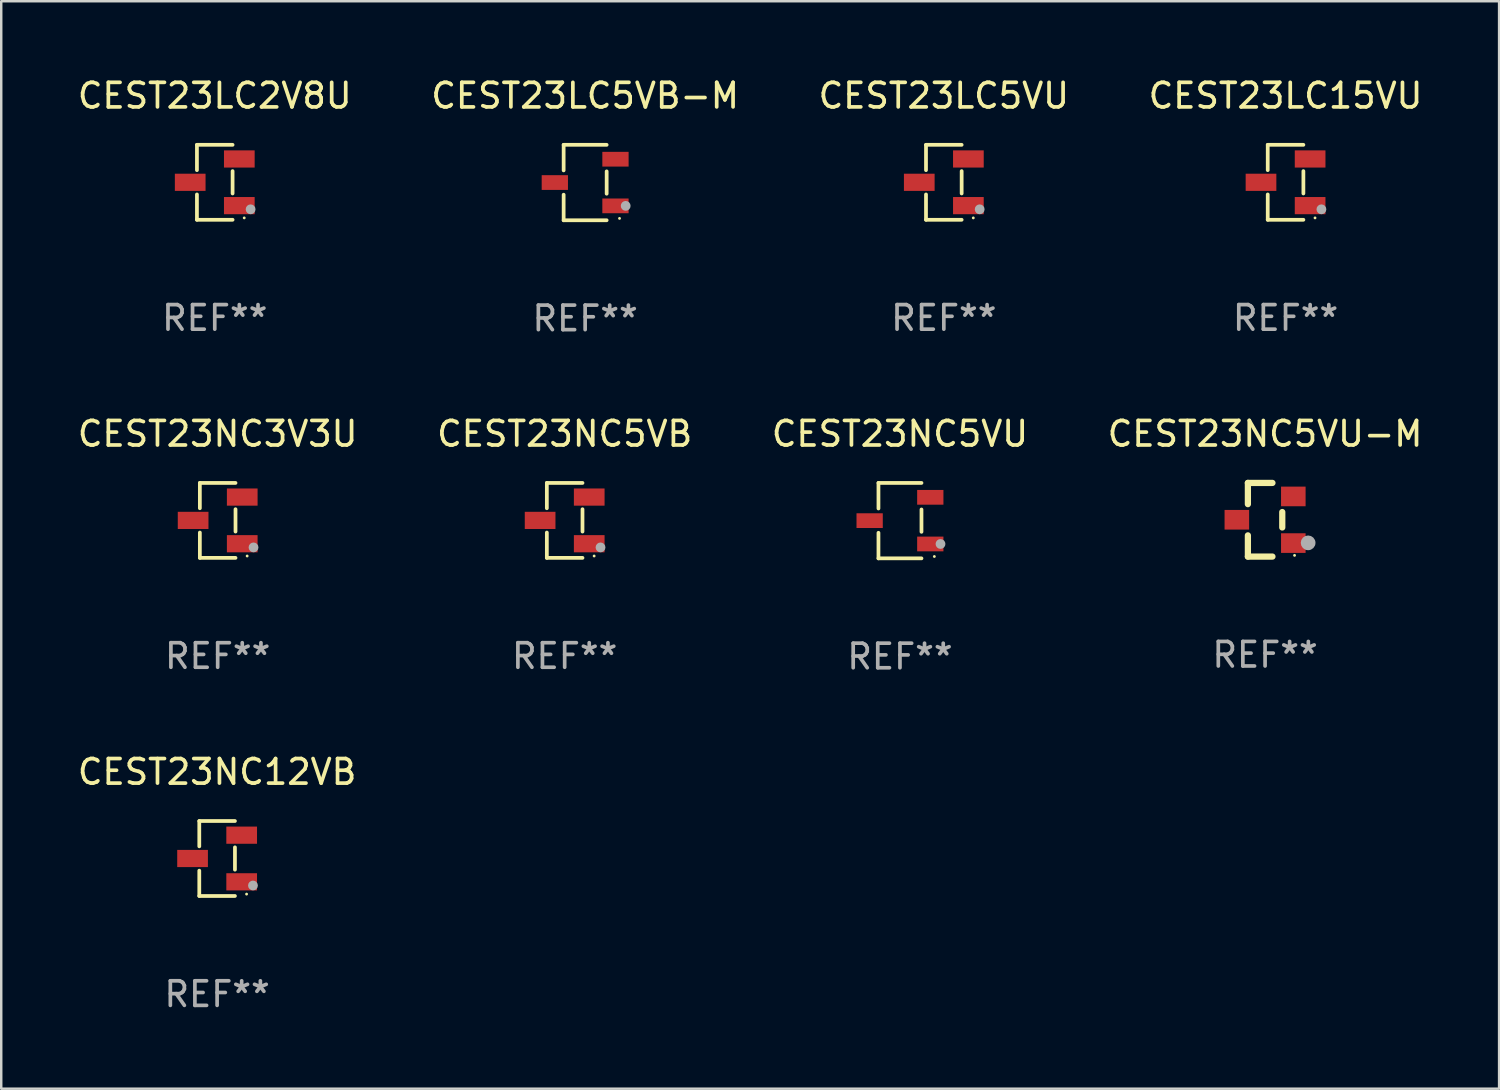
<source format=kicad_pcb>
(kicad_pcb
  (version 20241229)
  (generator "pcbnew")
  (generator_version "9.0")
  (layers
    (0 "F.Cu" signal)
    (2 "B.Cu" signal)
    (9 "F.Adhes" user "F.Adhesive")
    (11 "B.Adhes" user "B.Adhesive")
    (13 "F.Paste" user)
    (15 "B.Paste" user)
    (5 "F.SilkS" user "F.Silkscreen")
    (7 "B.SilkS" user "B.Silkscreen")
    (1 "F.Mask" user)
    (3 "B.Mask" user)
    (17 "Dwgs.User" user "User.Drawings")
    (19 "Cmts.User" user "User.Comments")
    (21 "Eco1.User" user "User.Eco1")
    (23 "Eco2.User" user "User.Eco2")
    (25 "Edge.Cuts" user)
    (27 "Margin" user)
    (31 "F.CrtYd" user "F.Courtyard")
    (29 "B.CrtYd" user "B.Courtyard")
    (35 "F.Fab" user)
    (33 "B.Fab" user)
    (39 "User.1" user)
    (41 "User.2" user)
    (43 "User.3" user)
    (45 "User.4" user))
  (footprint "CEST23NC12VB"
    (layer "F.Cu")
    (at 5.792 31.912)
    (property "Reference" "CEST23NC12VB" (at 0 -3.526 0) (layer "F.SilkS") (effects (font (size 1 1) (thickness 0.15))))
    (attr through_hole)
    (fp_line (start -0.726 -1.526) (end -0.726 -0.495) (stroke (width 0.152) (type solid)) (layer "F.SilkS"))
    (fp_line (start -0.726 1.526) (end -0.726 0.495) (stroke (width 0.152) (type solid)) (layer "F.SilkS"))
    (fp_line (start 0.726 -1.526) (end -0.726 -1.526) (stroke (width 0.152) (type solid)) (layer "F.SilkS"))
    (fp_line (start 0.726 -0.455) (end 0.726 0.455) (stroke (width 0.152) (type solid)) (layer "F.SilkS"))
    (fp_line (start 0.726 1.526) (end -0.726 1.526) (stroke (width 0.152) (type solid)) (layer "F.SilkS"))
    (fp_circle (center 1.2 1.45) (end 1.23 1.45) (stroke (width 0.06) (type solid)) (fill no) (layer "F.SilkS"))
    (fp_circle (center 1.46 1.1) (end 1.56 1.1) (stroke (width 0.2) (type solid)) (fill no) (layer "F.Fab"))
    (fp_text user "REF**" (at 0 5.526 0) (layer "F.Fab") (effects (font (size 1 1) (thickness 0.15))))
    (pad "1" smd rect (at 1 0.95) (size 1.25 0.7) (layers "F.Cu" "F.Mask" "F.Paste"))
    (pad "2" smd rect (at 1 -0.95) (size 1.25 0.7) (layers "F.Cu" "F.Mask" "F.Paste"))
    (pad "3" smd rect (at -1 0) (size 1.25 0.7) (layers "F.Cu" "F.Mask" "F.Paste")))
  (footprint "CEST23LC15VU"
    (layer "F.Cu")
    (at 49.304 4.374)
    (property "Reference" "CEST23LC15VU" (at 0 -3.526 0) (layer "F.SilkS") (effects (font (size 1 1) (thickness 0.15))))
    (attr through_hole)
    (fp_line (start -0.726 -1.526) (end -0.726 -0.495) (stroke (width 0.152) (type solid)) (layer "F.SilkS"))
    (fp_line (start -0.726 1.526) (end -0.726 0.495) (stroke (width 0.152) (type solid)) (layer "F.SilkS"))
    (fp_line (start 0.726 -1.526) (end -0.726 -1.526) (stroke (width 0.152) (type solid)) (layer "F.SilkS"))
    (fp_line (start 0.726 -0.455) (end 0.726 0.455) (stroke (width 0.152) (type solid)) (layer "F.SilkS"))
    (fp_line (start 0.726 1.526) (end -0.726 1.526) (stroke (width 0.152) (type solid)) (layer "F.SilkS"))
    (fp_circle (center 1.2 1.45) (end 1.23 1.45) (stroke (width 0.06) (type solid)) (fill no) (layer "F.SilkS"))
    (fp_circle (center 1.46 1.1) (end 1.56 1.1) (stroke (width 0.2) (type solid)) (fill no) (layer "F.Fab"))
    (fp_text user "REF**" (at 0 5.526 0) (layer "F.Fab") (effects (font (size 1 1) (thickness 0.15))))
    (pad "1" smd rect (at 1 0.95) (size 1.25 0.7) (layers "F.Cu" "F.Mask" "F.Paste"))
    (pad "2" smd rect (at 1 -0.95) (size 1.25 0.7) (layers "F.Cu" "F.Mask" "F.Paste"))
    (pad "3" smd rect (at -1 0) (size 1.25 0.7) (layers "F.Cu" "F.Mask" "F.Paste")))
  (footprint "CEST23NC3V3U"
    (layer "F.Cu")
    (at 5.815 18.143)
    (property "Reference" "CEST23NC3V3U" (at 0 -3.526 0) (layer "F.SilkS") (effects (font (size 1 1) (thickness 0.15))))
    (attr through_hole)
    (fp_line (start -0.726 -1.526) (end -0.726 -0.495) (stroke (width 0.152) (type solid)) (layer "F.SilkS"))
    (fp_line (start -0.726 1.526) (end -0.726 0.495) (stroke (width 0.152) (type solid)) (layer "F.SilkS"))
    (fp_line (start 0.726 -1.526) (end -0.726 -1.526) (stroke (width 0.152) (type solid)) (layer "F.SilkS"))
    (fp_line (start 0.726 -0.455) (end 0.726 0.455) (stroke (width 0.152) (type solid)) (layer "F.SilkS"))
    (fp_line (start 0.726 1.526) (end -0.726 1.526) (stroke (width 0.152) (type solid)) (layer "F.SilkS"))
    (fp_circle (center 1.2 1.45) (end 1.23 1.45) (stroke (width 0.06) (type solid)) (fill no) (layer "F.SilkS"))
    (fp_circle (center 1.46 1.1) (end 1.56 1.1) (stroke (width 0.2) (type solid)) (fill no) (layer "F.Fab"))
    (fp_text user "REF**" (at 0 5.526 0) (layer "F.Fab") (effects (font (size 1 1) (thickness 0.15))))
    (pad "1" smd rect (at 1 0.95) (size 1.25 0.7) (layers "F.Cu" "F.Mask" "F.Paste"))
    (pad "2" smd rect (at 1 -0.95) (size 1.25 0.7) (layers "F.Cu" "F.Mask" "F.Paste"))
    (pad "3" smd rect (at -1 0) (size 1.25 0.7) (layers "F.Cu" "F.Mask" "F.Paste")))
  (footprint "CEST23NC5VU-M"
    (layer "F.Cu")
    (at 48.47 18.117)
    (property "Reference" "CEST23NC5VU-M" (at 0 -3.5 0) (layer "F.SilkS") (effects (font (size 1 1) (thickness 0.15))))
    (attr through_hole)
    (fp_line (start -0.7 -1.5) (end 0.3 -1.5) (stroke (width 0.254) (type solid)) (layer "F.SilkS"))
    (fp_line (start -0.7 -0.636) (end -0.7 -1.5) (stroke (width 0.254) (type solid)) (layer "F.SilkS"))
    (fp_line (start -0.7 1.5) (end -0.7 0.636) (stroke (width 0.254) (type solid)) (layer "F.SilkS"))
    (fp_line (start -0.7 1.5) (end 0.3 1.5) (stroke (width 0.254) (type solid)) (layer "F.SilkS"))
    (fp_line (start 0.7 0.314) (end 0.7 -0.314) (stroke (width 0.254) (type solid)) (layer "F.SilkS"))
    (fp_circle (center 1.2 1.45) (end 1.23 1.45) (stroke (width 0.06) (type solid)) (fill no) (layer "F.SilkS"))
    (fp_circle (center 1.753 0.94) (end 1.903 0.94) (stroke (width 0.3) (type solid)) (fill no) (layer "F.Fab"))
    (fp_text user "REF**" (at 0 5.5 0) (layer "F.Fab") (effects (font (size 1 1) (thickness 0.15))))
    (pad "1" smd rect (at 1.15 0.95 180) (size 1 0.8) (layers "F.Cu" "F.Mask" "F.Paste"))
    (pad "2" smd rect (at 1.15 -0.95 180) (size 1 0.8) (layers "F.Cu" "F.Mask" "F.Paste"))
    (pad "3" smd rect (at -1.15 -0.000051 180) (size 1 0.8) (layers "F.Cu" "F.Mask" "F.Paste")))
  (footprint "CEST23NC5VB"
    (layer "F.Cu")
    (at 19.946 18.143)
    (property "Reference" "CEST23NC5VB" (at 0 -3.526 0) (layer "F.SilkS") (effects (font (size 1 1) (thickness 0.15))))
    (attr through_hole)
    (fp_line (start -0.726 -1.526) (end -0.726 -0.495) (stroke (width 0.152) (type solid)) (layer "F.SilkS"))
    (fp_line (start -0.726 1.526) (end -0.726 0.495) (stroke (width 0.152) (type solid)) (layer "F.SilkS"))
    (fp_line (start 0.726 -1.526) (end -0.726 -1.526) (stroke (width 0.152) (type solid)) (layer "F.SilkS"))
    (fp_line (start 0.726 -0.455) (end 0.726 0.455) (stroke (width 0.152) (type solid)) (layer "F.SilkS"))
    (fp_line (start 0.726 1.526) (end -0.726 1.526) (stroke (width 0.152) (type solid)) (layer "F.SilkS"))
    (fp_circle (center 1.2 1.45) (end 1.23 1.45) (stroke (width 0.06) (type solid)) (fill no) (layer "F.SilkS"))
    (fp_circle (center 1.46 1.1) (end 1.56 1.1) (stroke (width 0.2) (type solid)) (fill no) (layer "F.Fab"))
    (fp_text user "REF**" (at 0 5.526 0) (layer "F.Fab") (effects (font (size 1 1) (thickness 0.15))))
    (pad "1" smd rect (at 1 0.95) (size 1.25 0.7) (layers "F.Cu" "F.Mask" "F.Paste"))
    (pad "2" smd rect (at 1 -0.95) (size 1.25 0.7) (layers "F.Cu" "F.Mask" "F.Paste"))
    (pad "3" smd rect (at -1 0) (size 1.25 0.7) (layers "F.Cu" "F.Mask" "F.Paste")))
  (footprint "CEST23LC5VB-M"
    (layer "F.Cu")
    (at 20.78 4.384)
    (property "Reference" "CEST23LC5VB-M" (at 0 -3.536 0) (layer "F.SilkS") (effects (font (size 1 1) (thickness 0.15))))
    (attr through_hole)
    (fp_line (start -0.876 -1.536) (end -0.876 -0.495) (stroke (width 0.152) (type solid)) (layer "F.SilkS"))
    (fp_line (start -0.876 1.536) (end -0.876 0.495) (stroke (width 0.152) (type solid)) (layer "F.SilkS"))
    (fp_line (start 0.876 -1.536) (end -0.876 -1.536) (stroke (width 0.152) (type solid)) (layer "F.SilkS"))
    (fp_line (start 0.876 -0.455) (end 0.876 0.455) (stroke (width 0.152) (type solid)) (layer "F.SilkS"))
    (fp_line (start 0.876 1.536) (end -0.876 1.536) (stroke (width 0.152) (type solid)) (layer "F.SilkS"))
    (fp_circle (center 1.4 1.46) (end 1.43 1.46) (stroke (width 0.06) (type solid)) (fill no) (layer "F.SilkS"))
    (fp_circle (center 1.651 0.95) (end 1.751 0.95) (stroke (width 0.2) (type solid)) (fill no) (layer "F.Fab"))
    (fp_text user "REF**" (at 0 5.536 0) (layer "F.Fab") (effects (font (size 1 1) (thickness 0.15))))
    (pad "1" smd rect (at 1.235 0.95) (size 1.07 0.6) (layers "F.Cu" "F.Mask" "F.Paste"))
    (pad "2" smd rect (at 1.235 -0.95) (size 1.07 0.6) (layers "F.Cu" "F.Mask" "F.Paste"))
    (pad "3" smd rect (at -1.235 0) (size 1.07 0.6) (layers "F.Cu" "F.Mask" "F.Paste")))
  (footprint "CEST23LC5VU"
    (layer "F.Cu")
    (at 35.387 4.374)
    (property "Reference" "CEST23LC5VU" (at 0 -3.526 0) (layer "F.SilkS") (effects (font (size 1 1) (thickness 0.15))))
    (attr through_hole)
    (fp_line (start -0.726 -1.526) (end -0.726 -0.495) (stroke (width 0.152) (type solid)) (layer "F.SilkS"))
    (fp_line (start -0.726 1.526) (end -0.726 0.495) (stroke (width 0.152) (type solid)) (layer "F.SilkS"))
    (fp_line (start 0.726 -1.526) (end -0.726 -1.526) (stroke (width 0.152) (type solid)) (layer "F.SilkS"))
    (fp_line (start 0.726 -0.455) (end 0.726 0.455) (stroke (width 0.152) (type solid)) (layer "F.SilkS"))
    (fp_line (start 0.726 1.526) (end -0.726 1.526) (stroke (width 0.152) (type solid)) (layer "F.SilkS"))
    (fp_circle (center 1.2 1.45) (end 1.23 1.45) (stroke (width 0.06) (type solid)) (fill no) (layer "F.SilkS"))
    (fp_circle (center 1.46 1.1) (end 1.56 1.1) (stroke (width 0.2) (type solid)) (fill no) (layer "F.Fab"))
    (fp_text user "REF**" (at 0 5.526 0) (layer "F.Fab") (effects (font (size 1 1) (thickness 0.15))))
    (pad "1" smd rect (at 1 0.95) (size 1.25 0.7) (layers "F.Cu" "F.Mask" "F.Paste"))
    (pad "2" smd rect (at 1 -0.95) (size 1.25 0.7) (layers "F.Cu" "F.Mask" "F.Paste"))
    (pad "3" smd rect (at -1 0) (size 1.25 0.7) (layers "F.Cu" "F.Mask" "F.Paste")))
  (footprint "CEST23NC5VU"
    (layer "F.Cu")
    (at 33.601 18.153)
    (property "Reference" "CEST23NC5VU" (at 0 -3.536 0) (layer "F.SilkS") (effects (font (size 1 1) (thickness 0.15))))
    (attr through_hole)
    (fp_line (start -0.876 -1.536) (end -0.876 -0.495) (stroke (width 0.152) (type solid)) (layer "F.SilkS"))
    (fp_line (start -0.876 1.536) (end -0.876 0.495) (stroke (width 0.152) (type solid)) (layer "F.SilkS"))
    (fp_line (start 0.876 -1.536) (end -0.876 -1.536) (stroke (width 0.152) (type solid)) (layer "F.SilkS"))
    (fp_line (start 0.876 -0.455) (end 0.876 0.455) (stroke (width 0.152) (type solid)) (layer "F.SilkS"))
    (fp_line (start 0.876 1.536) (end -0.876 1.536) (stroke (width 0.152) (type solid)) (layer "F.SilkS"))
    (fp_circle (center 1.4 1.46) (end 1.43 1.46) (stroke (width 0.06) (type solid)) (fill no) (layer "F.SilkS"))
    (fp_circle (center 1.651 0.95) (end 1.751 0.95) (stroke (width 0.2) (type solid)) (fill no) (layer "F.Fab"))
    (fp_text user "REF**" (at 0 5.536 0) (layer "F.Fab") (effects (font (size 1 1) (thickness 0.15))))
    (pad "1" smd rect (at 1.235 0.95) (size 1.07 0.6) (layers "F.Cu" "F.Mask" "F.Paste"))
    (pad "2" smd rect (at 1.235 -0.95) (size 1.07 0.6) (layers "F.Cu" "F.Mask" "F.Paste"))
    (pad "3" smd rect (at -1.235 0) (size 1.07 0.6) (layers "F.Cu" "F.Mask" "F.Paste")))
  (footprint "CEST23LC2V8U"
    (layer "F.Cu")
    (at 5.696 4.374)
    (property "Reference" "CEST23LC2V8U" (at 0 -3.526 0) (layer "F.SilkS") (effects (font (size 1 1) (thickness 0.15))))
    (attr through_hole)
    (fp_line (start -0.726 -1.526) (end -0.726 -0.495) (stroke (width 0.152) (type solid)) (layer "F.SilkS"))
    (fp_line (start -0.726 1.526) (end -0.726 0.495) (stroke (width 0.152) (type solid)) (layer "F.SilkS"))
    (fp_line (start 0.726 -1.526) (end -0.726 -1.526) (stroke (width 0.152) (type solid)) (layer "F.SilkS"))
    (fp_line (start 0.726 -0.455) (end 0.726 0.455) (stroke (width 0.152) (type solid)) (layer "F.SilkS"))
    (fp_line (start 0.726 1.526) (end -0.726 1.526) (stroke (width 0.152) (type solid)) (layer "F.SilkS"))
    (fp_circle (center 1.2 1.45) (end 1.23 1.45) (stroke (width 0.06) (type solid)) (fill no) (layer "F.SilkS"))
    (fp_circle (center 1.46 1.1) (end 1.56 1.1) (stroke (width 0.2) (type solid)) (fill no) (layer "F.Fab"))
    (fp_text user "REF**" (at 0 5.526 0) (layer "F.Fab") (effects (font (size 1 1) (thickness 0.15))))
    (pad "1" smd rect (at 1 0.95) (size 1.25 0.7) (layers "F.Cu" "F.Mask" "F.Paste"))
    (pad "2" smd rect (at 1 -0.95) (size 1.25 0.7) (layers "F.Cu" "F.Mask" "F.Paste"))
    (pad "3" smd rect (at -1 0) (size 1.25 0.7) (layers "F.Cu" "F.Mask" "F.Paste")))
  (gr_rect
    (start -3 -3)
    (end 58 41.287)
    (stroke (width 0.1) (type default))
    (fill no)
    (layer "Edge.Cuts")))
</source>
